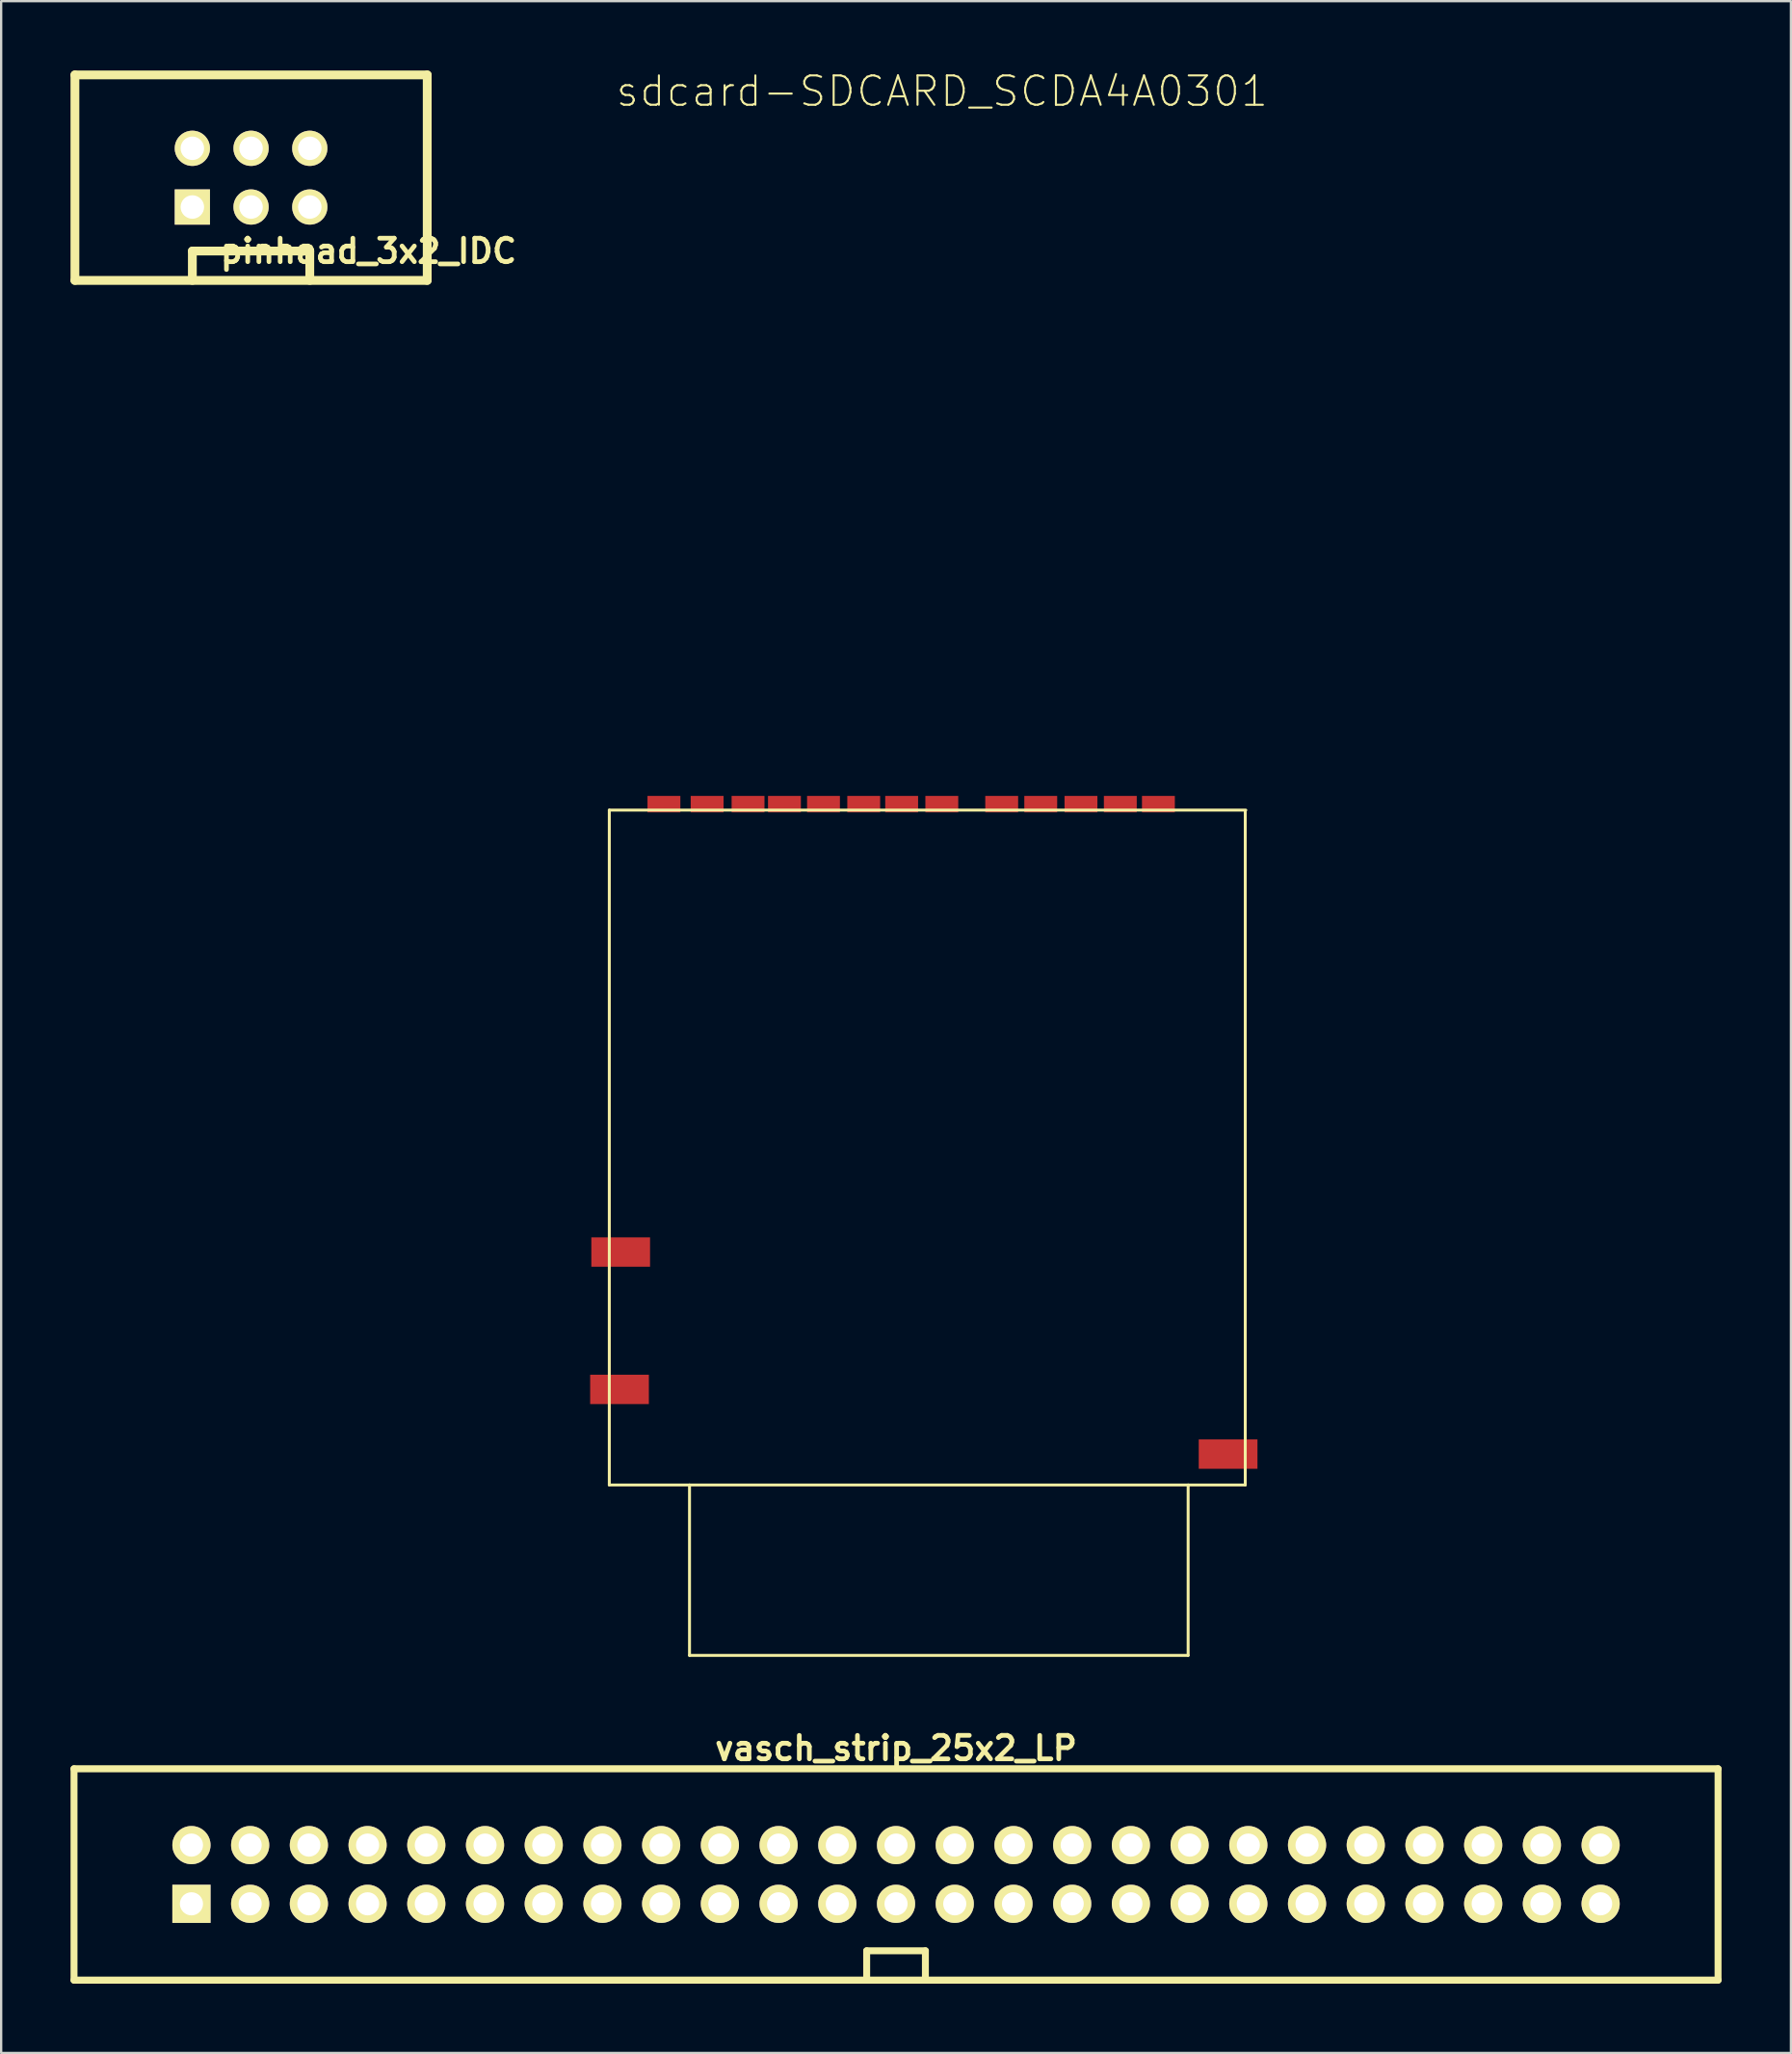
<source format=kicad_pcb>
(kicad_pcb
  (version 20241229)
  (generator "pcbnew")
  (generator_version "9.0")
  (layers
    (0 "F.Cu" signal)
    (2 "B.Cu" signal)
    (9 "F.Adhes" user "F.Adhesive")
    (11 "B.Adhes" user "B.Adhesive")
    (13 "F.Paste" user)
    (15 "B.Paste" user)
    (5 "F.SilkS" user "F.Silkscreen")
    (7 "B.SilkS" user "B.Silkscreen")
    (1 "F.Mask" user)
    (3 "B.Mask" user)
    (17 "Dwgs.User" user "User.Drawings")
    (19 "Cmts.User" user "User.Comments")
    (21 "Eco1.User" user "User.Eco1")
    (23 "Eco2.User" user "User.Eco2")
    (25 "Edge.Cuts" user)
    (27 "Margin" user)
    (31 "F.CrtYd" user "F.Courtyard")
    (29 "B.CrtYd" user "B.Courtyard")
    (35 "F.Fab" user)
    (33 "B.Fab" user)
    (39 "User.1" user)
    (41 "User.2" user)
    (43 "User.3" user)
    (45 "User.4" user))
  (footprint "sdcard-SDCARD_SCDA4A0301"
    (layer "F.Cu")
    (at 36.938 31.747)
    (property "Reference" "sdcard-SDCARD_SCDA4A0301" (at 0.762 -30.848 180) (layer "F.SilkS") (effects (font (size 1.27 1.27) (thickness 0.089))))
    (attr smd)
    (fp_line (start -13.63 0.249) (end -13.63 29.444) (stroke (width 0.127) (type solid)) (layer "F.SilkS"))
    (fp_line (start -13.63 0.249) (end 13.904 0.249) (stroke (width 0.127) (type solid)) (layer "F.SilkS"))
    (fp_line (start -13.63 29.444) (end -10.16 29.444) (stroke (width 0.127) (type solid)) (layer "F.SilkS"))
    (fp_line (start -10.16 29.444) (end -10.16 36.817) (stroke (width 0.127) (type solid)) (layer "F.SilkS"))
    (fp_line (start -10.16 29.444) (end 11.41 29.444) (stroke (width 0.127) (type solid)) (layer "F.SilkS"))
    (fp_line (start -10.16 36.817) (end 11.41 36.817) (stroke (width 0.127) (type solid)) (layer "F.SilkS"))
    (fp_line (start 11.41 29.444) (end 13.881 29.444) (stroke (width 0.127) (type solid)) (layer "F.SilkS"))
    (fp_line (start 11.41 36.817) (end 11.41 29.444) (stroke (width 0.127) (type solid)) (layer "F.SilkS"))
    (fp_line (start 13.881 29.444) (end 13.881 0.315) (stroke (width 0.127) (type solid)) (layer "F.SilkS"))
    (pad "1" smd rect (at 8.476 -0.01) (size 1.422 0.711) (layers "F.Cu" "F.Mask" "F.Paste"))
    (pad "2" smd rect (at 6.774 -0.01) (size 1.422 0.711) (layers "F.Cu" "F.Mask" "F.Paste"))
    (pad "3" smd rect (at 3.345 -0.01) (size 1.422 0.711) (layers "F.Cu" "F.Mask" "F.Paste"))
    (pad "4" smd rect (at -0.983 -0.01) (size 1.422 0.711) (layers "F.Cu" "F.Mask" "F.Paste"))
    (pad "5" smd rect (at -2.624 -0.01) (size 1.422 0.711) (layers "F.Cu" "F.Mask" "F.Paste"))
    (pad "6" smd rect (at -4.364 -0.01) (size 1.422 0.711) (layers "F.Cu" "F.Mask" "F.Paste"))
    (pad "7" smd rect (at -6.053 -0.01) (size 1.422 0.711) (layers "F.Cu" "F.Mask" "F.Paste"))
    (pad "8" smd rect (at -7.628 -0.01) (size 1.422 0.711) (layers "F.Cu" "F.Mask" "F.Paste"))
    (pad "9" smd rect (at 10.124 -0.01) (size 1.422 0.711) (layers "F.Cu" "F.Mask" "F.Paste"))
    (pad "10" smd rect (at -11.267 -0.01) (size 1.422 0.711) (layers "F.Cu" "F.Mask" "F.Paste"))
    (pad "11" smd rect (at -9.398 -0.01) (size 1.422 0.711) (layers "F.Cu" "F.Mask" "F.Paste"))
    (pad "13" smd rect (at 13.139 28.108) (size 2.54 1.27) (layers "F.Cu" "F.Mask" "F.Paste"))
    (pad "14" smd rect (at -13.188 25.309) (size 2.54 1.27) (layers "F.Cu" "F.Mask" "F.Paste"))
    (pad "15" smd rect (at -13.137 19.367) (size 2.54 1.27) (layers "F.Cu" "F.Mask" "F.Paste"))
    (pad "33" smd rect (at 5.034 -0.01) (size 1.422 0.711) (layers "F.Cu" "F.Mask" "F.Paste"))
    (pad "44" smd rect (at 0.754 -0.01) (size 1.422 0.711) (layers "F.Cu" "F.Mask" "F.Paste")))
  (footprint "vasch_strip_25x2_LP"
    (layer "F.Cu")
    (at 35.712 78.04)
    (property "Reference" "vasch_strip_25x2_LP" (at 0 -5.461 0) (layer "F.SilkS") (effects (font (size 1.016 1.016) (thickness 0.203))))
    (attr through_hole)
    (fp_line (start -35.56 -4.572) (end -35.56 4.572) (stroke (width 0.3) (type solid)) (layer "F.SilkS"))
    (fp_line (start -35.56 4.572) (end 35.56 4.572) (stroke (width 0.305) (type solid)) (layer "F.SilkS"))
    (fp_line (start -1.27 3.302) (end -1.27 4.572) (stroke (width 0.3) (type solid)) (layer "F.SilkS"))
    (fp_line (start 1.27 3.302) (end -1.27 3.302) (stroke (width 0.3) (type solid)) (layer "F.SilkS"))
    (fp_line (start 1.27 4.572) (end 1.27 3.302) (stroke (width 0.3) (type solid)) (layer "F.SilkS"))
    (fp_line (start 35.56 -4.572) (end -35.56 -4.572) (stroke (width 0.305) (type solid)) (layer "F.SilkS"))
    (fp_line (start 35.56 -4.572) (end 35.56 4.572) (stroke (width 0.3) (type solid)) (layer "F.SilkS"))
    (pad "1" thru_hole rect (at -30.48 1.27) (size 1.651 1.651) (drill 1.001) (layers "*.Cu" "*.Mask" "F.SilkS"))
    (pad "2" thru_hole circle (at -30.48 -1.27) (size 1.651 1.651) (drill 1.001) (layers "*.Cu" "*.Mask" "F.SilkS"))
    (pad "3" thru_hole circle (at -27.94 1.27) (size 1.651 1.651) (drill 1.001) (layers "*.Cu" "*.Mask" "F.SilkS"))
    (pad "4" thru_hole circle (at -27.94 -1.27) (size 1.651 1.651) (drill 1.001) (layers "*.Cu" "*.Mask" "F.SilkS"))
    (pad "5" thru_hole circle (at -25.4 1.27) (size 1.651 1.651) (drill 1.001) (layers "*.Cu" "*.Mask" "F.SilkS"))
    (pad "6" thru_hole circle (at -25.4 -1.27) (size 1.651 1.651) (drill 1.001) (layers "*.Cu" "*.Mask" "F.SilkS"))
    (pad "7" thru_hole circle (at -22.86 1.27) (size 1.651 1.651) (drill 1.001) (layers "*.Cu" "*.Mask" "F.SilkS"))
    (pad "8" thru_hole circle (at -22.86 -1.27) (size 1.651 1.651) (drill 1.001) (layers "*.Cu" "*.Mask" "F.SilkS"))
    (pad "9" thru_hole circle (at -20.32 1.27) (size 1.651 1.651) (drill 1.001) (layers "*.Cu" "*.Mask" "F.SilkS"))
    (pad "10" thru_hole circle (at -20.32 -1.27) (size 1.651 1.651) (drill 1.001) (layers "*.Cu" "*.Mask" "F.SilkS"))
    (pad "11" thru_hole circle (at -17.78 1.27) (size 1.651 1.651) (drill 1.001) (layers "*.Cu" "*.Mask" "F.SilkS"))
    (pad "12" thru_hole circle (at -17.78 -1.27) (size 1.651 1.651) (drill 1.001) (layers "*.Cu" "*.Mask" "F.SilkS"))
    (pad "13" thru_hole circle (at -15.24 1.27) (size 1.651 1.651) (drill 1.001) (layers "*.Cu" "*.Mask" "F.SilkS"))
    (pad "14" thru_hole circle (at -15.24 -1.27) (size 1.651 1.651) (drill 1.001) (layers "*.Cu" "*.Mask" "F.SilkS"))
    (pad "15" thru_hole circle (at -12.7 1.27) (size 1.651 1.651) (drill 1.001) (layers "*.Cu" "*.Mask" "F.SilkS"))
    (pad "16" thru_hole circle (at -12.7 -1.27) (size 1.651 1.651) (drill 1.001) (layers "*.Cu" "*.Mask" "F.SilkS"))
    (pad "17" thru_hole circle (at -10.16 1.27) (size 1.651 1.651) (drill 1.001) (layers "*.Cu" "*.Mask" "F.SilkS"))
    (pad "18" thru_hole circle (at -10.16 -1.27) (size 1.651 1.651) (drill 1.001) (layers "*.Cu" "*.Mask" "F.SilkS"))
    (pad "19" thru_hole circle (at -7.62 1.27) (size 1.651 1.651) (drill 1.001) (layers "*.Cu" "*.Mask" "F.SilkS"))
    (pad "20" thru_hole circle (at -7.62 -1.27) (size 1.651 1.651) (drill 1.001) (layers "*.Cu" "*.Mask" "F.SilkS"))
    (pad "21" thru_hole circle (at -5.08 1.27) (size 1.651 1.651) (drill 1.001) (layers "*.Cu" "*.Mask" "F.SilkS"))
    (pad "22" thru_hole circle (at -5.08 -1.27) (size 1.651 1.651) (drill 1.001) (layers "*.Cu" "*.Mask" "F.SilkS"))
    (pad "23" thru_hole circle (at -2.54 1.27) (size 1.651 1.651) (drill 1.001) (layers "*.Cu" "*.Mask" "F.SilkS"))
    (pad "24" thru_hole circle (at -2.54 -1.27) (size 1.651 1.651) (drill 1.001) (layers "*.Cu" "*.Mask" "F.SilkS"))
    (pad "25" thru_hole circle (at 0 1.27) (size 1.651 1.651) (drill 1.001) (layers "*.Cu" "*.Mask" "F.SilkS"))
    (pad "26" thru_hole circle (at 0 -1.27) (size 1.651 1.651) (drill 1.001) (layers "*.Cu" "*.Mask" "F.SilkS"))
    (pad "27" thru_hole circle (at 2.54 1.27) (size 1.651 1.651) (drill 1.001) (layers "*.Cu" "*.Mask" "F.SilkS"))
    (pad "28" thru_hole circle (at 2.54 -1.27) (size 1.651 1.651) (drill 1.001) (layers "*.Cu" "*.Mask" "F.SilkS"))
    (pad "29" thru_hole circle (at 5.08 1.27) (size 1.651 1.651) (drill 1.001) (layers "*.Cu" "*.Mask" "F.SilkS"))
    (pad "30" thru_hole circle (at 5.08 -1.27) (size 1.651 1.651) (drill 1.001) (layers "*.Cu" "*.Mask" "F.SilkS"))
    (pad "31" thru_hole circle (at 7.62 1.27) (size 1.651 1.651) (drill 1.001) (layers "*.Cu" "*.Mask" "F.SilkS"))
    (pad "32" thru_hole circle (at 7.62 -1.27) (size 1.651 1.651) (drill 1.001) (layers "*.Cu" "*.Mask" "F.SilkS"))
    (pad "33" thru_hole circle (at 10.16 1.27) (size 1.651 1.651) (drill 1.001) (layers "*.Cu" "*.Mask" "F.SilkS"))
    (pad "34" thru_hole circle (at 10.16 -1.27) (size 1.651 1.651) (drill 1.001) (layers "*.Cu" "*.Mask" "F.SilkS"))
    (pad "35" thru_hole circle (at 12.7 1.27) (size 1.651 1.651) (drill 1.001) (layers "*.Cu" "*.Mask" "F.SilkS"))
    (pad "36" thru_hole circle (at 12.7 -1.27) (size 1.651 1.651) (drill 1.001) (layers "*.Cu" "*.Mask" "F.SilkS"))
    (pad "37" thru_hole circle (at 15.24 1.27) (size 1.651 1.651) (drill 1.001) (layers "*.Cu" "*.Mask" "F.SilkS"))
    (pad "38" thru_hole circle (at 15.24 -1.27) (size 1.651 1.651) (drill 1.001) (layers "*.Cu" "*.Mask" "F.SilkS"))
    (pad "39" thru_hole circle (at 17.78 1.27) (size 1.651 1.651) (drill 1.001) (layers "*.Cu" "*.Mask" "F.SilkS"))
    (pad "40" thru_hole circle (at 17.78 -1.27) (size 1.651 1.651) (drill 1.001) (layers "*.Cu" "*.Mask" "F.SilkS"))
    (pad "41" thru_hole circle (at 20.32 1.27) (size 1.651 1.651) (drill 1.001) (layers "*.Cu" "*.Mask" "F.SilkS"))
    (pad "42" thru_hole circle (at 20.32 -1.27) (size 1.651 1.651) (drill 1.001) (layers "*.Cu" "*.Mask" "F.SilkS"))
    (pad "43" thru_hole circle (at 22.86 1.27) (size 1.651 1.651) (drill 1.001) (layers "*.Cu" "*.Mask" "F.SilkS"))
    (pad "44" thru_hole circle (at 22.86 -1.27) (size 1.651 1.651) (drill 1.001) (layers "*.Cu" "*.Mask" "F.SilkS"))
    (pad "45" thru_hole circle (at 25.4 1.27) (size 1.651 1.651) (drill 1.001) (layers "*.Cu" "*.Mask" "F.SilkS"))
    (pad "46" thru_hole circle (at 25.4 -1.27) (size 1.651 1.651) (drill 1.001) (layers "*.Cu" "*.Mask" "F.SilkS"))
    (pad "47" thru_hole circle (at 27.94 1.27) (size 1.651 1.651) (drill 1.001) (layers "*.Cu" "*.Mask" "F.SilkS"))
    (pad "48" thru_hole circle (at 27.94 -1.27) (size 1.651 1.651) (drill 1.001) (layers "*.Cu" "*.Mask" "F.SilkS"))
    (pad "49" thru_hole circle (at 30.48 1.27) (size 1.651 1.651) (drill 1.001) (layers "*.Cu" "*.Mask" "F.SilkS"))
    (pad "50" thru_hole circle (at 30.48 -1.27) (size 1.651 1.651) (drill 1.001) (layers "*.Cu" "*.Mask" "F.SilkS")))
  (footprint "pinhead_3x2_IDC"
    (layer "F.Cu")
    (at 7.811 4.636)
    (property "Reference" "pinhead_3x2_IDC" (at 5.08 3.175 0) (layer "F.SilkS") (effects (font (size 1.016 1.016) (thickness 0.203))))
    (attr through_hole)
    (fp_line (start -7.62 -4.445) (end -7.62 4.445) (stroke (width 0.381) (type solid)) (layer "F.SilkS"))
    (fp_line (start -7.62 4.445) (end 7.62 4.445) (stroke (width 0.381) (type solid)) (layer "F.SilkS"))
    (fp_line (start -2.54 3.175) (end -2.54 4.445) (stroke (width 0.381) (type solid)) (layer "F.SilkS"))
    (fp_line (start 2.54 3.175) (end -2.54 3.175) (stroke (width 0.381) (type solid)) (layer "F.SilkS"))
    (fp_line (start 2.54 4.445) (end 2.54 3.175) (stroke (width 0.381) (type solid)) (layer "F.SilkS"))
    (fp_line (start 7.62 -4.445) (end -7.62 -4.445) (stroke (width 0.381) (type solid)) (layer "F.SilkS"))
    (fp_line (start 7.62 4.445) (end 7.62 -4.445) (stroke (width 0.381) (type solid)) (layer "F.SilkS"))
    (pad "1" thru_hole rect (at -2.54 1.27) (size 1.524 1.524) (drill 1.016) (layers "*.Cu" "*.Mask" "F.SilkS"))
    (pad "2" thru_hole circle (at -2.54 -1.27) (size 1.524 1.524) (drill 1.016) (layers "*.Cu" "*.Mask" "F.SilkS"))
    (pad "3" thru_hole circle (at 0 1.27) (size 1.524 1.524) (drill 1.016) (layers "*.Cu" "*.Mask" "F.SilkS"))
    (pad "4" thru_hole circle (at 0 -1.27) (size 1.524 1.524) (drill 1.016) (layers "*.Cu" "*.Mask" "F.SilkS"))
    (pad "5" thru_hole circle (at 2.54 1.27) (size 1.524 1.524) (drill 1.016) (layers "*.Cu" "*.Mask" "F.SilkS"))
    (pad "6" thru_hole circle (at 2.54 -1.27) (size 1.524 1.524) (drill 1.016) (layers "*.Cu" "*.Mask" "F.SilkS")))
  (gr_rect
    (start -3 -3)
    (end 74.425 85.764)
    (stroke (width 0.1) (type default))
    (fill no)
    (layer "Edge.Cuts")))
</source>
